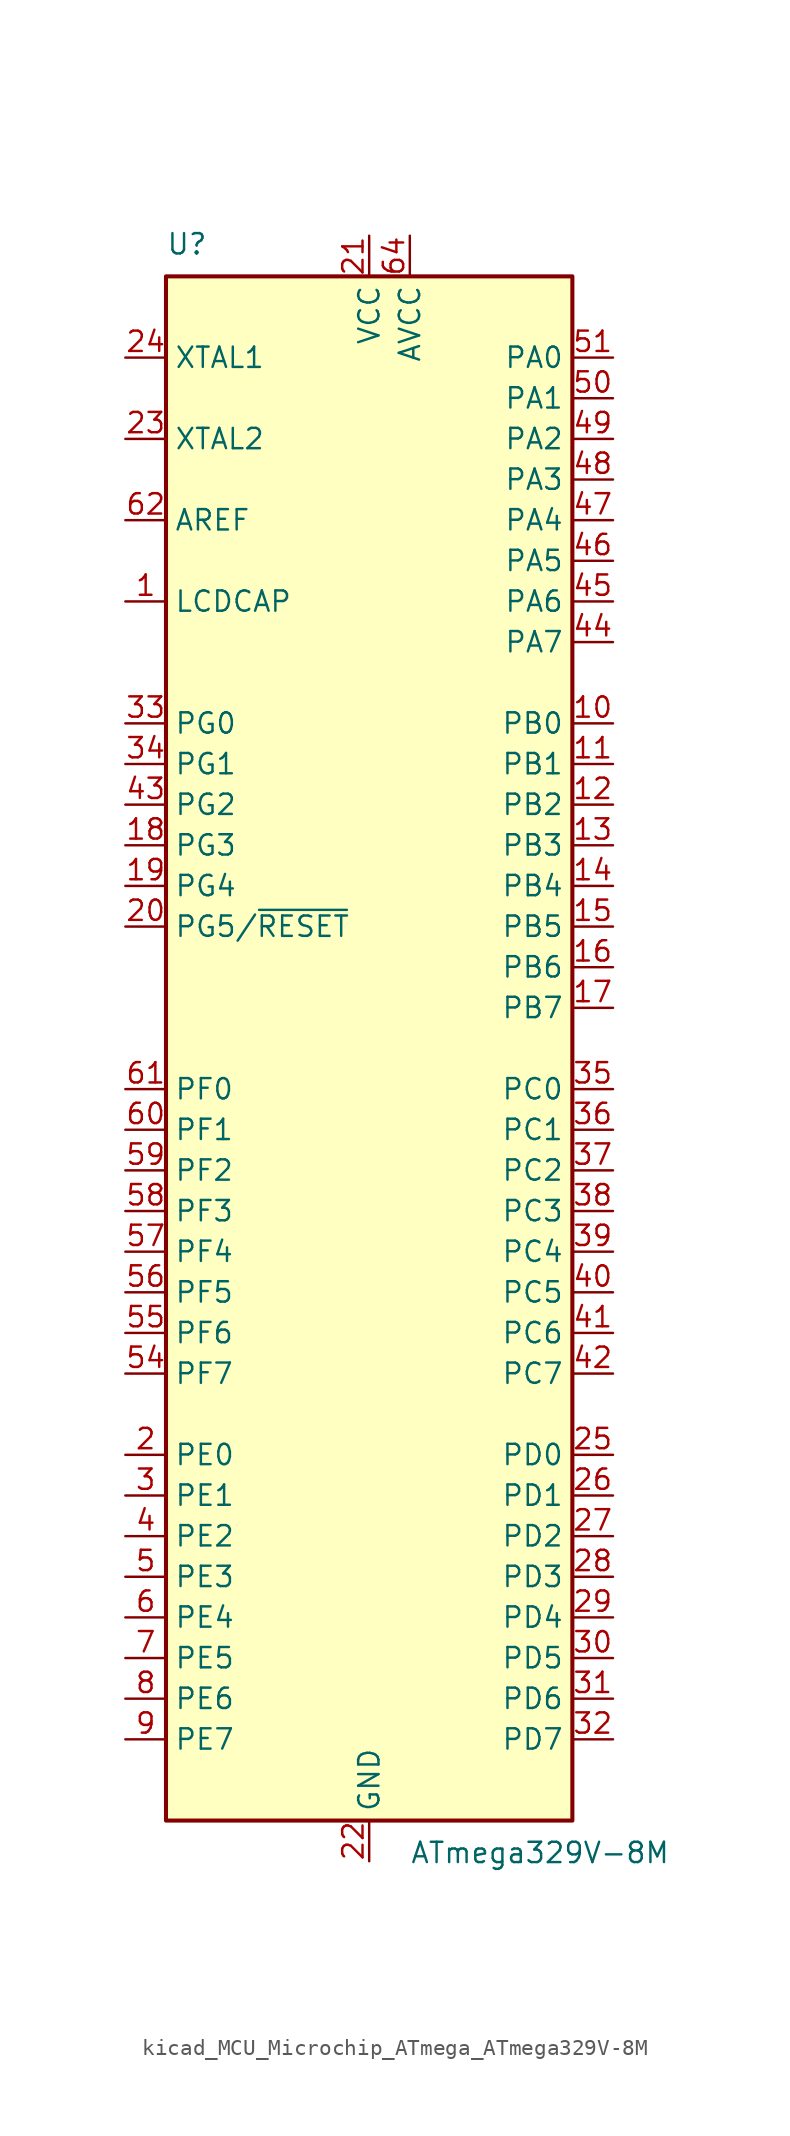
<source format=kicad_sym>
(kicad_symbol_lib
  (version 20220914)
  (generator kicad_symbol_editor)
  (symbol "kicad_MCU_Microchip_ATmega_ATmega329V-8M"
    (property "Reference" "U"
      (at -12.7 49.53 0)
      (effects (font (size 1.27 1.27)) (justify left bottom)))
    (property "Value" "ATmega329V-8M"
      (at 2.54 -49.53 0)
      (effects (font (size 1.27 1.27)) (justify left top)))
    (symbol "kicad_MCU_Microchip_ATmega_ATmega329V-8M_0_1"
      (rectangle (start -12.7 -48.26) (end 12.7 48.26) (stroke (width 0.254) (type default)) (fill (type background))))
    (symbol "kicad_MCU_Microchip_ATmega_ATmega329V-8M_1_1"
      (pin passive line (at -15.24 27.94 0) (length 2.54) (name "LCDCAP" (effects (font (size 1.27 1.27)))) (number "1" (effects (font (size 1.27 1.27)))))
      (pin bidirectional line (at 15.24 20.32 180) (length 2.54) (name "PB0" (effects (font (size 1.27 1.27)))) (number "10" (effects (font (size 1.27 1.27)))))
      (pin bidirectional line (at 15.24 17.78 180) (length 2.54) (name "PB1" (effects (font (size 1.27 1.27)))) (number "11" (effects (font (size 1.27 1.27)))))
      (pin bidirectional line (at 15.24 15.24 180) (length 2.54) (name "PB2" (effects (font (size 1.27 1.27)))) (number "12" (effects (font (size 1.27 1.27)))))
      (pin bidirectional line (at 15.24 12.7 180) (length 2.54) (name "PB3" (effects (font (size 1.27 1.27)))) (number "13" (effects (font (size 1.27 1.27)))))
      (pin bidirectional line (at 15.24 10.16 180) (length 2.54) (name "PB4" (effects (font (size 1.27 1.27)))) (number "14" (effects (font (size 1.27 1.27)))))
      (pin bidirectional line (at 15.24 7.62 180) (length 2.54) (name "PB5" (effects (font (size 1.27 1.27)))) (number "15" (effects (font (size 1.27 1.27)))))
      (pin bidirectional line (at 15.24 5.08 180) (length 2.54) (name "PB6" (effects (font (size 1.27 1.27)))) (number "16" (effects (font (size 1.27 1.27)))))
      (pin bidirectional line (at 15.24 2.54 180) (length 2.54) (name "PB7" (effects (font (size 1.27 1.27)))) (number "17" (effects (font (size 1.27 1.27)))))
      (pin bidirectional line (at -15.24 12.7 0) (length 2.54) (name "PG3" (effects (font (size 1.27 1.27)))) (number "18" (effects (font (size 1.27 1.27)))))
      (pin bidirectional line (at -15.24 10.16 0) (length 2.54) (name "PG4" (effects (font (size 1.27 1.27)))) (number "19" (effects (font (size 1.27 1.27)))))
      (pin bidirectional line (at -15.24 -25.4 0) (length 2.54) (name "PE0" (effects (font (size 1.27 1.27)))) (number "2" (effects (font (size 1.27 1.27)))))
      (pin bidirectional line (at -15.24 7.62 0) (length 2.54) (name "PG5/~{RESET}" (effects (font (size 1.27 1.27)))) (number "20" (effects (font (size 1.27 1.27)))))
      (pin power_in line (at 0 50.8 270) (length 2.54) (name "VCC" (effects (font (size 1.27 1.27)))) (number "21" (effects (font (size 1.27 1.27)))))
      (pin power_in line (at 0 -50.8 90) (length 2.54) (name "GND" (effects (font (size 1.27 1.27)))) (number "22" (effects (font (size 1.27 1.27)))))
      (pin output line (at -15.24 38.1 0) (length 2.54) (name "XTAL2" (effects (font (size 1.27 1.27)))) (number "23" (effects (font (size 1.27 1.27)))))
      (pin input line (at -15.24 43.18 0) (length 2.54) (name "XTAL1" (effects (font (size 1.27 1.27)))) (number "24" (effects (font (size 1.27 1.27)))))
      (pin bidirectional line (at 15.24 -25.4 180) (length 2.54) (name "PD0" (effects (font (size 1.27 1.27)))) (number "25" (effects (font (size 1.27 1.27)))))
      (pin bidirectional line (at 15.24 -27.94 180) (length 2.54) (name "PD1" (effects (font (size 1.27 1.27)))) (number "26" (effects (font (size 1.27 1.27)))))
      (pin bidirectional line (at 15.24 -30.48 180) (length 2.54) (name "PD2" (effects (font (size 1.27 1.27)))) (number "27" (effects (font (size 1.27 1.27)))))
      (pin bidirectional line (at 15.24 -33.02 180) (length 2.54) (name "PD3" (effects (font (size 1.27 1.27)))) (number "28" (effects (font (size 1.27 1.27)))))
      (pin bidirectional line (at 15.24 -35.56 180) (length 2.54) (name "PD4" (effects (font (size 1.27 1.27)))) (number "29" (effects (font (size 1.27 1.27)))))
      (pin bidirectional line (at -15.24 -27.94 0) (length 2.54) (name "PE1" (effects (font (size 1.27 1.27)))) (number "3" (effects (font (size 1.27 1.27)))))
      (pin bidirectional line (at 15.24 -38.1 180) (length 2.54) (name "PD5" (effects (font (size 1.27 1.27)))) (number "30" (effects (font (size 1.27 1.27)))))
      (pin bidirectional line (at 15.24 -40.64 180) (length 2.54) (name "PD6" (effects (font (size 1.27 1.27)))) (number "31" (effects (font (size 1.27 1.27)))))
      (pin bidirectional line (at 15.24 -43.18 180) (length 2.54) (name "PD7" (effects (font (size 1.27 1.27)))) (number "32" (effects (font (size 1.27 1.27)))))
      (pin bidirectional line (at -15.24 20.32 0) (length 2.54) (name "PG0" (effects (font (size 1.27 1.27)))) (number "33" (effects (font (size 1.27 1.27)))))
      (pin bidirectional line (at -15.24 17.78 0) (length 2.54) (name "PG1" (effects (font (size 1.27 1.27)))) (number "34" (effects (font (size 1.27 1.27)))))
      (pin bidirectional line (at 15.24 -2.54 180) (length 2.54) (name "PC0" (effects (font (size 1.27 1.27)))) (number "35" (effects (font (size 1.27 1.27)))))
      (pin bidirectional line (at 15.24 -5.08 180) (length 2.54) (name "PC1" (effects (font (size 1.27 1.27)))) (number "36" (effects (font (size 1.27 1.27)))))
      (pin bidirectional line (at 15.24 -7.62 180) (length 2.54) (name "PC2" (effects (font (size 1.27 1.27)))) (number "37" (effects (font (size 1.27 1.27)))))
      (pin bidirectional line (at 15.24 -10.16 180) (length 2.54) (name "PC3" (effects (font (size 1.27 1.27)))) (number "38" (effects (font (size 1.27 1.27)))))
      (pin bidirectional line (at 15.24 -12.7 180) (length 2.54) (name "PC4" (effects (font (size 1.27 1.27)))) (number "39" (effects (font (size 1.27 1.27)))))
      (pin bidirectional line (at -15.24 -30.48 0) (length 2.54) (name "PE2" (effects (font (size 1.27 1.27)))) (number "4" (effects (font (size 1.27 1.27)))))
      (pin bidirectional line (at 15.24 -15.24 180) (length 2.54) (name "PC5" (effects (font (size 1.27 1.27)))) (number "40" (effects (font (size 1.27 1.27)))))
      (pin bidirectional line (at 15.24 -17.78 180) (length 2.54) (name "PC6" (effects (font (size 1.27 1.27)))) (number "41" (effects (font (size 1.27 1.27)))))
      (pin bidirectional line (at 15.24 -20.32 180) (length 2.54) (name "PC7" (effects (font (size 1.27 1.27)))) (number "42" (effects (font (size 1.27 1.27)))))
      (pin bidirectional line (at -15.24 15.24 0) (length 2.54) (name "PG2" (effects (font (size 1.27 1.27)))) (number "43" (effects (font (size 1.27 1.27)))))
      (pin bidirectional line (at 15.24 25.4 180) (length 2.54) (name "PA7" (effects (font (size 1.27 1.27)))) (number "44" (effects (font (size 1.27 1.27)))))
      (pin bidirectional line (at 15.24 27.94 180) (length 2.54) (name "PA6" (effects (font (size 1.27 1.27)))) (number "45" (effects (font (size 1.27 1.27)))))
      (pin bidirectional line (at 15.24 30.48 180) (length 2.54) (name "PA5" (effects (font (size 1.27 1.27)))) (number "46" (effects (font (size 1.27 1.27)))))
      (pin bidirectional line (at 15.24 33.02 180) (length 2.54) (name "PA4" (effects (font (size 1.27 1.27)))) (number "47" (effects (font (size 1.27 1.27)))))
      (pin bidirectional line (at 15.24 35.56 180) (length 2.54) (name "PA3" (effects (font (size 1.27 1.27)))) (number "48" (effects (font (size 1.27 1.27)))))
      (pin bidirectional line (at 15.24 38.1 180) (length 2.54) (name "PA2" (effects (font (size 1.27 1.27)))) (number "49" (effects (font (size 1.27 1.27)))))
      (pin bidirectional line (at -15.24 -33.02 0) (length 2.54) (name "PE3" (effects (font (size 1.27 1.27)))) (number "5" (effects (font (size 1.27 1.27)))))
      (pin bidirectional line (at 15.24 40.64 180) (length 2.54) (name "PA1" (effects (font (size 1.27 1.27)))) (number "50" (effects (font (size 1.27 1.27)))))
      (pin bidirectional line (at 15.24 43.18 180) (length 2.54) (name "PA0" (effects (font (size 1.27 1.27)))) (number "51" (effects (font (size 1.27 1.27)))))
      (pin passive line (at 0 50.8 270) (length 2.54) hide (name "VCC" (effects (font (size 1.27 1.27)))) (number "52" (effects (font (size 1.27 1.27)))))
      (pin passive line (at 0 -50.8 90) (length 2.54) hide (name "GND" (effects (font (size 1.27 1.27)))) (number "53" (effects (font (size 1.27 1.27)))))
      (pin bidirectional line (at -15.24 -20.32 0) (length 2.54) (name "PF7" (effects (font (size 1.27 1.27)))) (number "54" (effects (font (size 1.27 1.27)))))
      (pin bidirectional line (at -15.24 -17.78 0) (length 2.54) (name "PF6" (effects (font (size 1.27 1.27)))) (number "55" (effects (font (size 1.27 1.27)))))
      (pin bidirectional line (at -15.24 -15.24 0) (length 2.54) (name "PF5" (effects (font (size 1.27 1.27)))) (number "56" (effects (font (size 1.27 1.27)))))
      (pin bidirectional line (at -15.24 -12.7 0) (length 2.54) (name "PF4" (effects (font (size 1.27 1.27)))) (number "57" (effects (font (size 1.27 1.27)))))
      (pin bidirectional line (at -15.24 -10.16 0) (length 2.54) (name "PF3" (effects (font (size 1.27 1.27)))) (number "58" (effects (font (size 1.27 1.27)))))
      (pin bidirectional line (at -15.24 -7.62 0) (length 2.54) (name "PF2" (effects (font (size 1.27 1.27)))) (number "59" (effects (font (size 1.27 1.27)))))
      (pin bidirectional line (at -15.24 -35.56 0) (length 2.54) (name "PE4" (effects (font (size 1.27 1.27)))) (number "6" (effects (font (size 1.27 1.27)))))
      (pin bidirectional line (at -15.24 -5.08 0) (length 2.54) (name "PF1" (effects (font (size 1.27 1.27)))) (number "60" (effects (font (size 1.27 1.27)))))
      (pin bidirectional line (at -15.24 -2.54 0) (length 2.54) (name "PF0" (effects (font (size 1.27 1.27)))) (number "61" (effects (font (size 1.27 1.27)))))
      (pin passive line (at -15.24 33.02 0) (length 2.54) (name "AREF" (effects (font (size 1.27 1.27)))) (number "62" (effects (font (size 1.27 1.27)))))
      (pin passive line (at 0 -50.8 90) (length 2.54) hide (name "GND" (effects (font (size 1.27 1.27)))) (number "63" (effects (font (size 1.27 1.27)))))
      (pin power_in line (at 2.54 50.8 270) (length 2.54) (name "AVCC" (effects (font (size 1.27 1.27)))) (number "64" (effects (font (size 1.27 1.27)))))
      (pin passive line (at 0 -50.8 90) (length 2.54) hide (name "GND" (effects (font (size 1.27 1.27)))) (number "65" (effects (font (size 1.27 1.27)))))
      (pin bidirectional line (at -15.24 -38.1 0) (length 2.54) (name "PE5" (effects (font (size 1.27 1.27)))) (number "7" (effects (font (size 1.27 1.27)))))
      (pin bidirectional line (at -15.24 -40.64 0) (length 2.54) (name "PE6" (effects (font (size 1.27 1.27)))) (number "8" (effects (font (size 1.27 1.27)))))
      (pin bidirectional line (at -15.24 -43.18 0) (length 2.54) (name "PE7" (effects (font (size 1.27 1.27)))) (number "9" (effects (font (size 1.27 1.27))))))))
</source>
